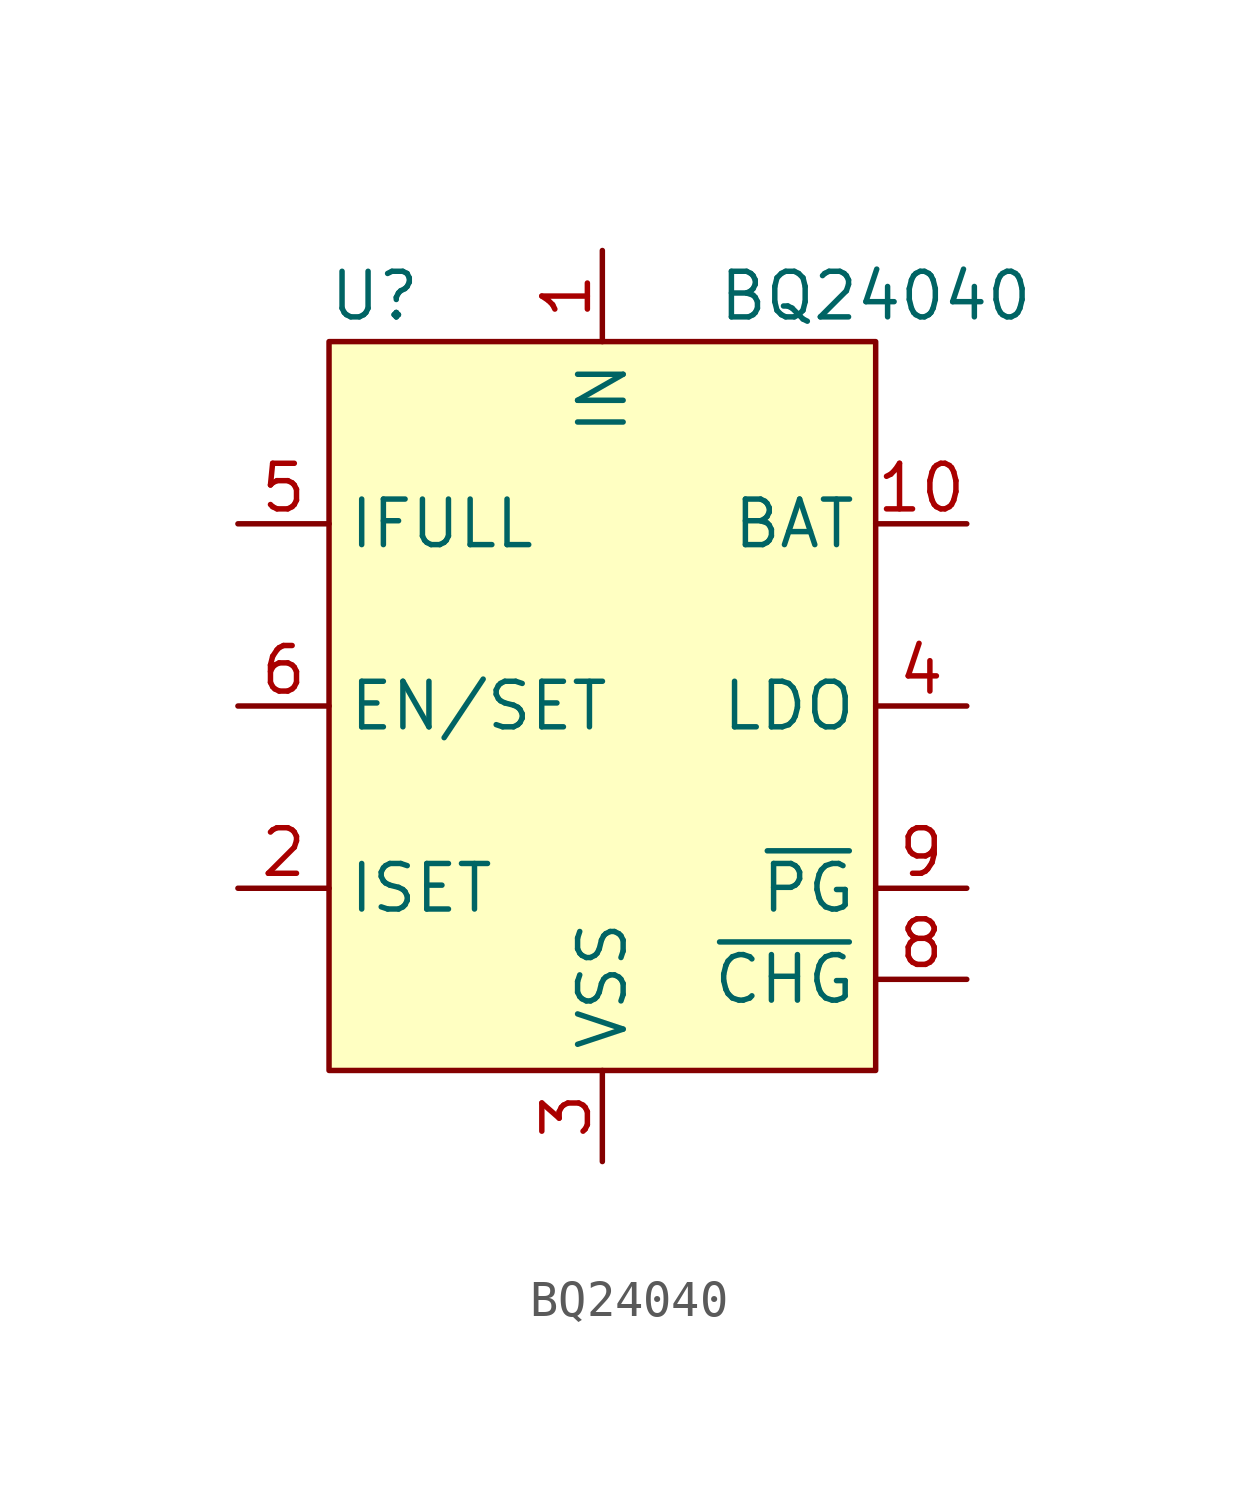
<source format=kicad_sym>
(kicad_symbol_lib
  (version 20231120)
  (generator "kicad_symbol_editor")
  (generator_version "8.0")
  (symbol "BQ24040"
    (property "Reference" "U"
      (at -6.35 11.43 0)
      (effects (font (size 1.27 1.27))))
    (property "Value" "BQ24040"
      (at 7.62 11.43 0)
      (effects (font (size 1.27 1.27))))
    (symbol "BQ24040_1_1"
      (rectangle (start -7.62 10.16) (end 7.62 -10.16) (stroke (width 0) (type default)) (fill (type background)))
      (pin power_in line (at 0 12.7 270) (length 2.54) (name "IN" (effects (font (size 1.27 1.27)))) (number "1" (effects (font (size 1.27 1.27)))))
      (pin power_out line (at 10.16 5.08 180) (length 2.54) (name "BAT" (effects (font (size 1.27 1.27)))) (number "10" (effects (font (size 1.27 1.27)))))
      (pin passive line (at 0 -12.7 90) (length 2.54) hide (name "VSS" (effects (font (size 1.27 1.27)))) (number "11" (effects (font (size 1.27 1.27)))))
      (pin input line (at -10.16 -5.08 0) (length 2.54) (name "ISET" (effects (font (size 1.27 1.27)))) (number "2" (effects (font (size 1.27 1.27)))))
      (pin power_in line (at 0 -12.7 90) (length 2.54) (name "VSS" (effects (font (size 1.27 1.27)))) (number "3" (effects (font (size 1.27 1.27)))))
      (pin power_out line (at 10.16 0 180) (length 2.54) (name "LDO" (effects (font (size 1.27 1.27)))) (number "4" (effects (font (size 1.27 1.27)))))
      (pin input line (at -10.16 5.08 0) (length 2.54) (name "IFULL" (effects (font (size 1.27 1.27)))) (number "5" (effects (font (size 1.27 1.27)))))
      (pin input line (at -10.16 0 0) (length 2.54) (name "EN/SET" (effects (font (size 1.27 1.27)))) (number "6" (effects (font (size 1.27 1.27)))))
      (pin passive line (at 0 -12.7 90) (length 2.54) hide (name "VSS" (effects (font (size 1.27 1.27)))) (number "7" (effects (font (size 1.27 1.27)))))
      (pin open_collector line (at 10.16 -7.62 180) (length 2.54) (name "~{CHG}" (effects (font (size 1.27 1.27)))) (number "8" (effects (font (size 1.27 1.27)))))
      (pin open_collector line (at 10.16 -5.08 180) (length 2.54) (name "~{PG}" (effects (font (size 1.27 1.27)))) (number "9" (effects (font (size 1.27 1.27))))))))
</source>
